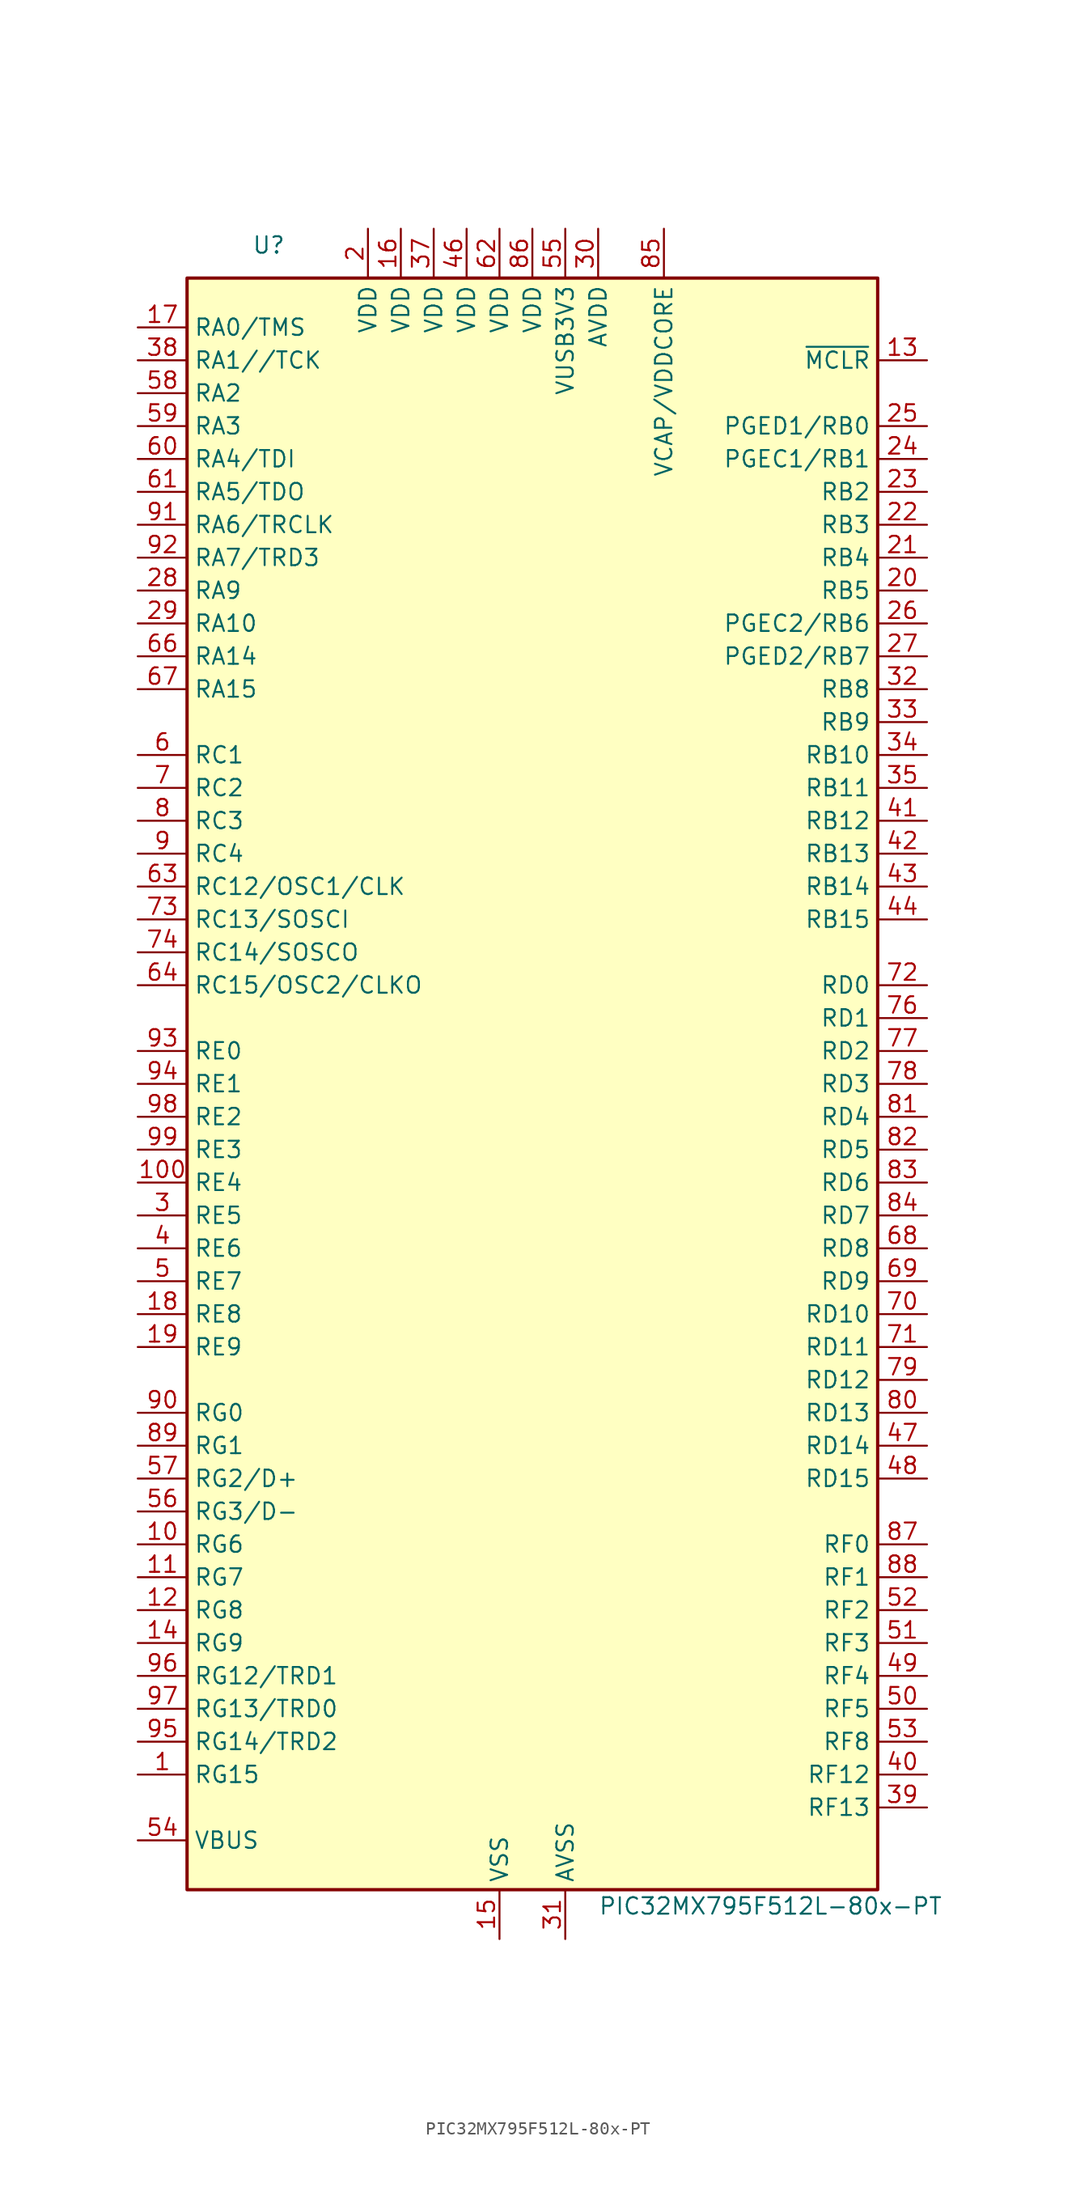
<source format=kicad_sym>
(kicad_symbol_lib
  (version 20220914)
  (generator kicad_symbol_editor)
  (symbol "PIC32MX795F512L-80x-PT"
    (property "Reference" "U"
      (at -19.05 64.77 0)
      (effects (font (size 1.27 1.27)) (justify right)))
    (property "Value" "PIC32MX795F512L-80x-PT"
      (at 5.08 -63.5 0)
      (effects (font (size 1.27 1.27)) (justify left)))
    (symbol "PIC32MX795F512L-80x-PT_1_1"
      (rectangle (start -26.67 62.23) (end 26.67 -62.23) (stroke (width 0.254) (type default)) (fill (type background)))
      (pin bidirectional line (at -30.48 -53.34 0) (length 3.81) (name "RG15" (effects (font (size 1.27 1.27)))) (number "1" (effects (font (size 1.27 1.27)))))
      (pin bidirectional line (at -30.48 -35.56 0) (length 3.81) (name "RG6" (effects (font (size 1.27 1.27)))) (number "10" (effects (font (size 1.27 1.27)))))
      (pin bidirectional line (at -30.48 -7.62 0) (length 3.81) (name "RE4" (effects (font (size 1.27 1.27)))) (number "100" (effects (font (size 1.27 1.27)))))
      (pin bidirectional line (at -30.48 -38.1 0) (length 3.81) (name "RG7" (effects (font (size 1.27 1.27)))) (number "11" (effects (font (size 1.27 1.27)))))
      (pin bidirectional line (at -30.48 -40.64 0) (length 3.81) (name "RG8" (effects (font (size 1.27 1.27)))) (number "12" (effects (font (size 1.27 1.27)))))
      (pin input line (at 30.48 55.88 180) (length 3.81) (name "~{MCLR}" (effects (font (size 1.27 1.27)))) (number "13" (effects (font (size 1.27 1.27)))))
      (pin bidirectional line (at -30.48 -43.18 0) (length 3.81) (name "RG9" (effects (font (size 1.27 1.27)))) (number "14" (effects (font (size 1.27 1.27)))))
      (pin power_in line (at -2.54 -66.04 90) (length 3.81) (name "VSS" (effects (font (size 1.27 1.27)))) (number "15" (effects (font (size 1.27 1.27)))))
      (pin power_in line (at -10.16 66.04 270) (length 3.81) (name "VDD" (effects (font (size 1.27 1.27)))) (number "16" (effects (font (size 1.27 1.27)))))
      (pin bidirectional line (at -30.48 58.42 0) (length 3.81) (name "RA0/TMS" (effects (font (size 1.27 1.27)))) (number "17" (effects (font (size 1.27 1.27)))))
      (pin bidirectional line (at -30.48 -17.78 0) (length 3.81) (name "RE8" (effects (font (size 1.27 1.27)))) (number "18" (effects (font (size 1.27 1.27)))))
      (pin bidirectional line (at -30.48 -20.32 0) (length 3.81) (name "RE9" (effects (font (size 1.27 1.27)))) (number "19" (effects (font (size 1.27 1.27)))))
      (pin power_in line (at -12.7 66.04 270) (length 3.81) (name "VDD" (effects (font (size 1.27 1.27)))) (number "2" (effects (font (size 1.27 1.27)))))
      (pin bidirectional line (at 30.48 38.1 180) (length 3.81) (name "RB5" (effects (font (size 1.27 1.27)))) (number "20" (effects (font (size 1.27 1.27)))))
      (pin bidirectional line (at 30.48 40.64 180) (length 3.81) (name "RB4" (effects (font (size 1.27 1.27)))) (number "21" (effects (font (size 1.27 1.27)))))
      (pin bidirectional line (at 30.48 43.18 180) (length 3.81) (name "RB3" (effects (font (size 1.27 1.27)))) (number "22" (effects (font (size 1.27 1.27)))))
      (pin bidirectional line (at 30.48 45.72 180) (length 3.81) (name "RB2" (effects (font (size 1.27 1.27)))) (number "23" (effects (font (size 1.27 1.27)))))
      (pin bidirectional line (at 30.48 48.26 180) (length 3.81) (name "PGEC1/RB1" (effects (font (size 1.27 1.27)))) (number "24" (effects (font (size 1.27 1.27)))))
      (pin bidirectional line (at 30.48 50.8 180) (length 3.81) (name "PGED1/RB0" (effects (font (size 1.27 1.27)))) (number "25" (effects (font (size 1.27 1.27)))))
      (pin bidirectional line (at 30.48 35.56 180) (length 3.81) (name "PGEC2/RB6" (effects (font (size 1.27 1.27)))) (number "26" (effects (font (size 1.27 1.27)))))
      (pin bidirectional line (at 30.48 33.02 180) (length 3.81) (name "PGED2/RB7" (effects (font (size 1.27 1.27)))) (number "27" (effects (font (size 1.27 1.27)))))
      (pin bidirectional line (at -30.48 38.1 0) (length 3.81) (name "RA9" (effects (font (size 1.27 1.27)))) (number "28" (effects (font (size 1.27 1.27)))))
      (pin bidirectional line (at -30.48 35.56 0) (length 3.81) (name "RA10" (effects (font (size 1.27 1.27)))) (number "29" (effects (font (size 1.27 1.27)))))
      (pin bidirectional line (at -30.48 -10.16 0) (length 3.81) (name "RE5" (effects (font (size 1.27 1.27)))) (number "3" (effects (font (size 1.27 1.27)))))
      (pin power_in line (at 5.08 66.04 270) (length 3.81) (name "AVDD" (effects (font (size 1.27 1.27)))) (number "30" (effects (font (size 1.27 1.27)))))
      (pin power_in line (at 2.54 -66.04 90) (length 3.81) (name "AVSS" (effects (font (size 1.27 1.27)))) (number "31" (effects (font (size 1.27 1.27)))))
      (pin bidirectional line (at 30.48 30.48 180) (length 3.81) (name "RB8" (effects (font (size 1.27 1.27)))) (number "32" (effects (font (size 1.27 1.27)))))
      (pin bidirectional line (at 30.48 27.94 180) (length 3.81) (name "RB9" (effects (font (size 1.27 1.27)))) (number "33" (effects (font (size 1.27 1.27)))))
      (pin bidirectional line (at 30.48 25.4 180) (length 3.81) (name "RB10" (effects (font (size 1.27 1.27)))) (number "34" (effects (font (size 1.27 1.27)))))
      (pin bidirectional line (at 30.48 22.86 180) (length 3.81) (name "RB11" (effects (font (size 1.27 1.27)))) (number "35" (effects (font (size 1.27 1.27)))))
      (pin passive line (at -2.54 -66.04 90) (length 3.81) hide (name "VSS" (effects (font (size 1.27 1.27)))) (number "36" (effects (font (size 1.27 1.27)))))
      (pin power_in line (at -7.62 66.04 270) (length 3.81) (name "VDD" (effects (font (size 1.27 1.27)))) (number "37" (effects (font (size 1.27 1.27)))))
      (pin bidirectional line (at -30.48 55.88 0) (length 3.81) (name "RA1//TCK" (effects (font (size 1.27 1.27)))) (number "38" (effects (font (size 1.27 1.27)))))
      (pin bidirectional line (at 30.48 -55.88 180) (length 3.81) (name "RF13" (effects (font (size 1.27 1.27)))) (number "39" (effects (font (size 1.27 1.27)))))
      (pin bidirectional line (at -30.48 -12.7 0) (length 3.81) (name "RE6" (effects (font (size 1.27 1.27)))) (number "4" (effects (font (size 1.27 1.27)))))
      (pin bidirectional line (at 30.48 -53.34 180) (length 3.81) (name "RF12" (effects (font (size 1.27 1.27)))) (number "40" (effects (font (size 1.27 1.27)))))
      (pin bidirectional line (at 30.48 20.32 180) (length 3.81) (name "RB12" (effects (font (size 1.27 1.27)))) (number "41" (effects (font (size 1.27 1.27)))))
      (pin bidirectional line (at 30.48 17.78 180) (length 3.81) (name "RB13" (effects (font (size 1.27 1.27)))) (number "42" (effects (font (size 1.27 1.27)))))
      (pin bidirectional line (at 30.48 15.24 180) (length 3.81) (name "RB14" (effects (font (size 1.27 1.27)))) (number "43" (effects (font (size 1.27 1.27)))))
      (pin bidirectional line (at 30.48 12.7 180) (length 3.81) (name "RB15" (effects (font (size 1.27 1.27)))) (number "44" (effects (font (size 1.27 1.27)))))
      (pin passive line (at -2.54 -66.04 90) (length 3.81) hide (name "VSS" (effects (font (size 1.27 1.27)))) (number "45" (effects (font (size 1.27 1.27)))))
      (pin power_in line (at -5.08 66.04 270) (length 3.81) (name "VDD" (effects (font (size 1.27 1.27)))) (number "46" (effects (font (size 1.27 1.27)))))
      (pin bidirectional line (at 30.48 -27.94 180) (length 3.81) (name "RD14" (effects (font (size 1.27 1.27)))) (number "47" (effects (font (size 1.27 1.27)))))
      (pin bidirectional line (at 30.48 -30.48 180) (length 3.81) (name "RD15" (effects (font (size 1.27 1.27)))) (number "48" (effects (font (size 1.27 1.27)))))
      (pin bidirectional line (at 30.48 -45.72 180) (length 3.81) (name "RF4" (effects (font (size 1.27 1.27)))) (number "49" (effects (font (size 1.27 1.27)))))
      (pin bidirectional line (at -30.48 -15.24 0) (length 3.81) (name "RE7" (effects (font (size 1.27 1.27)))) (number "5" (effects (font (size 1.27 1.27)))))
      (pin bidirectional line (at 30.48 -48.26 180) (length 3.81) (name "RF5" (effects (font (size 1.27 1.27)))) (number "50" (effects (font (size 1.27 1.27)))))
      (pin bidirectional line (at 30.48 -43.18 180) (length 3.81) (name "RF3" (effects (font (size 1.27 1.27)))) (number "51" (effects (font (size 1.27 1.27)))))
      (pin bidirectional line (at 30.48 -40.64 180) (length 3.81) (name "RF2" (effects (font (size 1.27 1.27)))) (number "52" (effects (font (size 1.27 1.27)))))
      (pin bidirectional line (at 30.48 -50.8 180) (length 3.81) (name "RF8" (effects (font (size 1.27 1.27)))) (number "53" (effects (font (size 1.27 1.27)))))
      (pin input line (at -30.48 -58.42 0) (length 3.81) (name "VBUS" (effects (font (size 1.27 1.27)))) (number "54" (effects (font (size 1.27 1.27)))))
      (pin power_in line (at 2.54 66.04 270) (length 3.81) (name "VUSB3V3" (effects (font (size 1.27 1.27)))) (number "55" (effects (font (size 1.27 1.27)))))
      (pin bidirectional line (at -30.48 -33.02 0) (length 3.81) (name "RG3/D-" (effects (font (size 1.27 1.27)))) (number "56" (effects (font (size 1.27 1.27)))))
      (pin bidirectional line (at -30.48 -30.48 0) (length 3.81) (name "RG2/D+" (effects (font (size 1.27 1.27)))) (number "57" (effects (font (size 1.27 1.27)))))
      (pin bidirectional line (at -30.48 53.34 0) (length 3.81) (name "RA2" (effects (font (size 1.27 1.27)))) (number "58" (effects (font (size 1.27 1.27)))))
      (pin bidirectional line (at -30.48 50.8 0) (length 3.81) (name "RA3" (effects (font (size 1.27 1.27)))) (number "59" (effects (font (size 1.27 1.27)))))
      (pin bidirectional line (at -30.48 25.4 0) (length 3.81) (name "RC1" (effects (font (size 1.27 1.27)))) (number "6" (effects (font (size 1.27 1.27)))))
      (pin bidirectional line (at -30.48 48.26 0) (length 3.81) (name "RA4/TDI" (effects (font (size 1.27 1.27)))) (number "60" (effects (font (size 1.27 1.27)))))
      (pin bidirectional line (at -30.48 45.72 0) (length 3.81) (name "RA5/TDO" (effects (font (size 1.27 1.27)))) (number "61" (effects (font (size 1.27 1.27)))))
      (pin power_in line (at -2.54 66.04 270) (length 3.81) (name "VDD" (effects (font (size 1.27 1.27)))) (number "62" (effects (font (size 1.27 1.27)))))
      (pin bidirectional line (at -30.48 15.24 0) (length 3.81) (name "RC12/OSC1/CLK" (effects (font (size 1.27 1.27)))) (number "63" (effects (font (size 1.27 1.27)))))
      (pin bidirectional line (at -30.48 7.62 0) (length 3.81) (name "RC15/OSC2/CLKO" (effects (font (size 1.27 1.27)))) (number "64" (effects (font (size 1.27 1.27)))))
      (pin passive line (at -2.54 -66.04 90) (length 3.81) hide (name "VSS" (effects (font (size 1.27 1.27)))) (number "65" (effects (font (size 1.27 1.27)))))
      (pin bidirectional line (at -30.48 33.02 0) (length 3.81) (name "RA14" (effects (font (size 1.27 1.27)))) (number "66" (effects (font (size 1.27 1.27)))))
      (pin bidirectional line (at -30.48 30.48 0) (length 3.81) (name "RA15" (effects (font (size 1.27 1.27)))) (number "67" (effects (font (size 1.27 1.27)))))
      (pin bidirectional line (at 30.48 -12.7 180) (length 3.81) (name "RD8" (effects (font (size 1.27 1.27)))) (number "68" (effects (font (size 1.27 1.27)))))
      (pin bidirectional line (at 30.48 -15.24 180) (length 3.81) (name "RD9" (effects (font (size 1.27 1.27)))) (number "69" (effects (font (size 1.27 1.27)))))
      (pin bidirectional line (at -30.48 22.86 0) (length 3.81) (name "RC2" (effects (font (size 1.27 1.27)))) (number "7" (effects (font (size 1.27 1.27)))))
      (pin bidirectional line (at 30.48 -17.78 180) (length 3.81) (name "RD10" (effects (font (size 1.27 1.27)))) (number "70" (effects (font (size 1.27 1.27)))))
      (pin bidirectional line (at 30.48 -20.32 180) (length 3.81) (name "RD11" (effects (font (size 1.27 1.27)))) (number "71" (effects (font (size 1.27 1.27)))))
      (pin bidirectional line (at 30.48 7.62 180) (length 3.81) (name "RD0" (effects (font (size 1.27 1.27)))) (number "72" (effects (font (size 1.27 1.27)))))
      (pin bidirectional line (at -30.48 12.7 0) (length 3.81) (name "RC13/SOSCI" (effects (font (size 1.27 1.27)))) (number "73" (effects (font (size 1.27 1.27)))))
      (pin bidirectional line (at -30.48 10.16 0) (length 3.81) (name "RC14/SOSCO" (effects (font (size 1.27 1.27)))) (number "74" (effects (font (size 1.27 1.27)))))
      (pin passive line (at -2.54 -66.04 90) (length 3.81) hide (name "VSS" (effects (font (size 1.27 1.27)))) (number "75" (effects (font (size 1.27 1.27)))))
      (pin bidirectional line (at 30.48 5.08 180) (length 3.81) (name "RD1" (effects (font (size 1.27 1.27)))) (number "76" (effects (font (size 1.27 1.27)))))
      (pin bidirectional line (at 30.48 2.54 180) (length 3.81) (name "RD2" (effects (font (size 1.27 1.27)))) (number "77" (effects (font (size 1.27 1.27)))))
      (pin bidirectional line (at 30.48 0 180) (length 3.81) (name "RD3" (effects (font (size 1.27 1.27)))) (number "78" (effects (font (size 1.27 1.27)))))
      (pin bidirectional line (at 30.48 -22.86 180) (length 3.81) (name "RD12" (effects (font (size 1.27 1.27)))) (number "79" (effects (font (size 1.27 1.27)))))
      (pin bidirectional line (at -30.48 20.32 0) (length 3.81) (name "RC3" (effects (font (size 1.27 1.27)))) (number "8" (effects (font (size 1.27 1.27)))))
      (pin bidirectional line (at 30.48 -25.4 180) (length 3.81) (name "RD13" (effects (font (size 1.27 1.27)))) (number "80" (effects (font (size 1.27 1.27)))))
      (pin bidirectional line (at 30.48 -2.54 180) (length 3.81) (name "RD4" (effects (font (size 1.27 1.27)))) (number "81" (effects (font (size 1.27 1.27)))))
      (pin bidirectional line (at 30.48 -5.08 180) (length 3.81) (name "RD5" (effects (font (size 1.27 1.27)))) (number "82" (effects (font (size 1.27 1.27)))))
      (pin bidirectional line (at 30.48 -7.62 180) (length 3.81) (name "RD6" (effects (font (size 1.27 1.27)))) (number "83" (effects (font (size 1.27 1.27)))))
      (pin bidirectional line (at 30.48 -10.16 180) (length 3.81) (name "RD7" (effects (font (size 1.27 1.27)))) (number "84" (effects (font (size 1.27 1.27)))))
      (pin power_out line (at 10.16 66.04 270) (length 3.81) (name "VCAP/VDDCORE" (effects (font (size 1.27 1.27)))) (number "85" (effects (font (size 1.27 1.27)))))
      (pin power_in line (at 0 66.04 270) (length 3.81) (name "VDD" (effects (font (size 1.27 1.27)))) (number "86" (effects (font (size 1.27 1.27)))))
      (pin bidirectional line (at 30.48 -35.56 180) (length 3.81) (name "RF0" (effects (font (size 1.27 1.27)))) (number "87" (effects (font (size 1.27 1.27)))))
      (pin bidirectional line (at 30.48 -38.1 180) (length 3.81) (name "RF1" (effects (font (size 1.27 1.27)))) (number "88" (effects (font (size 1.27 1.27)))))
      (pin bidirectional line (at -30.48 -27.94 0) (length 3.81) (name "RG1" (effects (font (size 1.27 1.27)))) (number "89" (effects (font (size 1.27 1.27)))))
      (pin bidirectional line (at -30.48 17.78 0) (length 3.81) (name "RC4" (effects (font (size 1.27 1.27)))) (number "9" (effects (font (size 1.27 1.27)))))
      (pin bidirectional line (at -30.48 -25.4 0) (length 3.81) (name "RG0" (effects (font (size 1.27 1.27)))) (number "90" (effects (font (size 1.27 1.27)))))
      (pin bidirectional line (at -30.48 43.18 0) (length 3.81) (name "RA6/TRCLK" (effects (font (size 1.27 1.27)))) (number "91" (effects (font (size 1.27 1.27)))))
      (pin bidirectional line (at -30.48 40.64 0) (length 3.81) (name "RA7/TRD3" (effects (font (size 1.27 1.27)))) (number "92" (effects (font (size 1.27 1.27)))))
      (pin bidirectional line (at -30.48 2.54 0) (length 3.81) (name "RE0" (effects (font (size 1.27 1.27)))) (number "93" (effects (font (size 1.27 1.27)))))
      (pin bidirectional line (at -30.48 0 0) (length 3.81) (name "RE1" (effects (font (size 1.27 1.27)))) (number "94" (effects (font (size 1.27 1.27)))))
      (pin bidirectional line (at -30.48 -50.8 0) (length 3.81) (name "RG14/TRD2" (effects (font (size 1.27 1.27)))) (number "95" (effects (font (size 1.27 1.27)))))
      (pin bidirectional line (at -30.48 -45.72 0) (length 3.81) (name "RG12/TRD1" (effects (font (size 1.27 1.27)))) (number "96" (effects (font (size 1.27 1.27)))))
      (pin bidirectional line (at -30.48 -48.26 0) (length 3.81) (name "RG13/TRD0" (effects (font (size 1.27 1.27)))) (number "97" (effects (font (size 1.27 1.27)))))
      (pin bidirectional line (at -30.48 -2.54 0) (length 3.81) (name "RE2" (effects (font (size 1.27 1.27)))) (number "98" (effects (font (size 1.27 1.27)))))
      (pin bidirectional line (at -30.48 -5.08 0) (length 3.81) (name "RE3" (effects (font (size 1.27 1.27)))) (number "99" (effects (font (size 1.27 1.27))))))))
</source>
